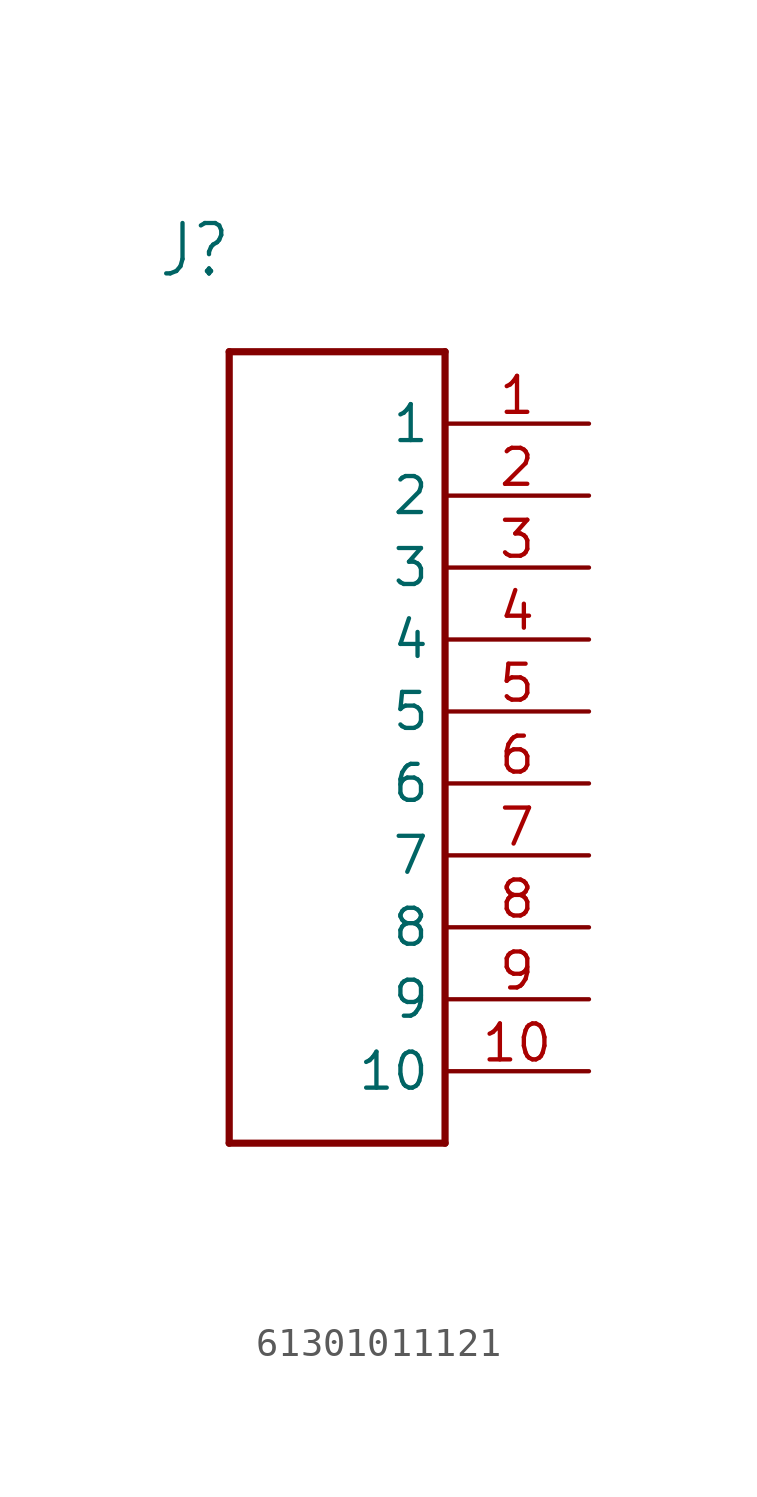
<source format=kicad_sym>
(kicad_symbol_lib
  (version 20220914)
  (generator kicad_symbol_editor)
  (symbol "61301011121"
    (property "Reference" "J"
      (at -5.08 15.24 0)
      (effects (font (size 1.778 1.511)) (justify left bottom)))
    (property "Value" ""
      (at -5.08 -17.78 0)
      (effects (font (size 1.778 1.511)) (justify left bottom)))
    (property "ki_locked" ""
      (at 0 0 0)
      (effects (font (size 1.27 1.27))))
    (symbol "61301011121_1_0"
      (polyline (pts (xy -2.54 -15.24) (xy -2.54 12.7)) (stroke (width 0.254) (type solid)) (fill (type none)))
      (polyline (pts (xy -2.54 12.7) (xy 5.08 12.7)) (stroke (width 0.254) (type solid)) (fill (type none)))
      (polyline (pts (xy 5.08 -15.24) (xy -2.54 -15.24)) (stroke (width 0.254) (type solid)) (fill (type none)))
      (polyline (pts (xy 5.08 12.7) (xy 5.08 -15.24)) (stroke (width 0.254) (type solid)) (fill (type none)))
      (pin passive line (at 10.16 10.16 180) (length 5.08) (name "1" (effects (font (size 1.27 1.27)))) (number "1" (effects (font (size 1.27 1.27)))))
      (pin passive line (at 10.16 -12.7 180) (length 5.08) (name "10" (effects (font (size 1.27 1.27)))) (number "10" (effects (font (size 1.27 1.27)))))
      (pin passive line (at 10.16 7.62 180) (length 5.08) (name "2" (effects (font (size 1.27 1.27)))) (number "2" (effects (font (size 1.27 1.27)))))
      (pin passive line (at 10.16 5.08 180) (length 5.08) (name "3" (effects (font (size 1.27 1.27)))) (number "3" (effects (font (size 1.27 1.27)))))
      (pin passive line (at 10.16 2.54 180) (length 5.08) (name "4" (effects (font (size 1.27 1.27)))) (number "4" (effects (font (size 1.27 1.27)))))
      (pin passive line (at 10.16 0 180) (length 5.08) (name "5" (effects (font (size 1.27 1.27)))) (number "5" (effects (font (size 1.27 1.27)))))
      (pin passive line (at 10.16 -2.54 180) (length 5.08) (name "6" (effects (font (size 1.27 1.27)))) (number "6" (effects (font (size 1.27 1.27)))))
      (pin passive line (at 10.16 -5.08 180) (length 5.08) (name "7" (effects (font (size 1.27 1.27)))) (number "7" (effects (font (size 1.27 1.27)))))
      (pin passive line (at 10.16 -7.62 180) (length 5.08) (name "8" (effects (font (size 1.27 1.27)))) (number "8" (effects (font (size 1.27 1.27)))))
      (pin passive line (at 10.16 -10.16 180) (length 5.08) (name "9" (effects (font (size 1.27 1.27)))) (number "9" (effects (font (size 1.27 1.27))))))))
</source>
